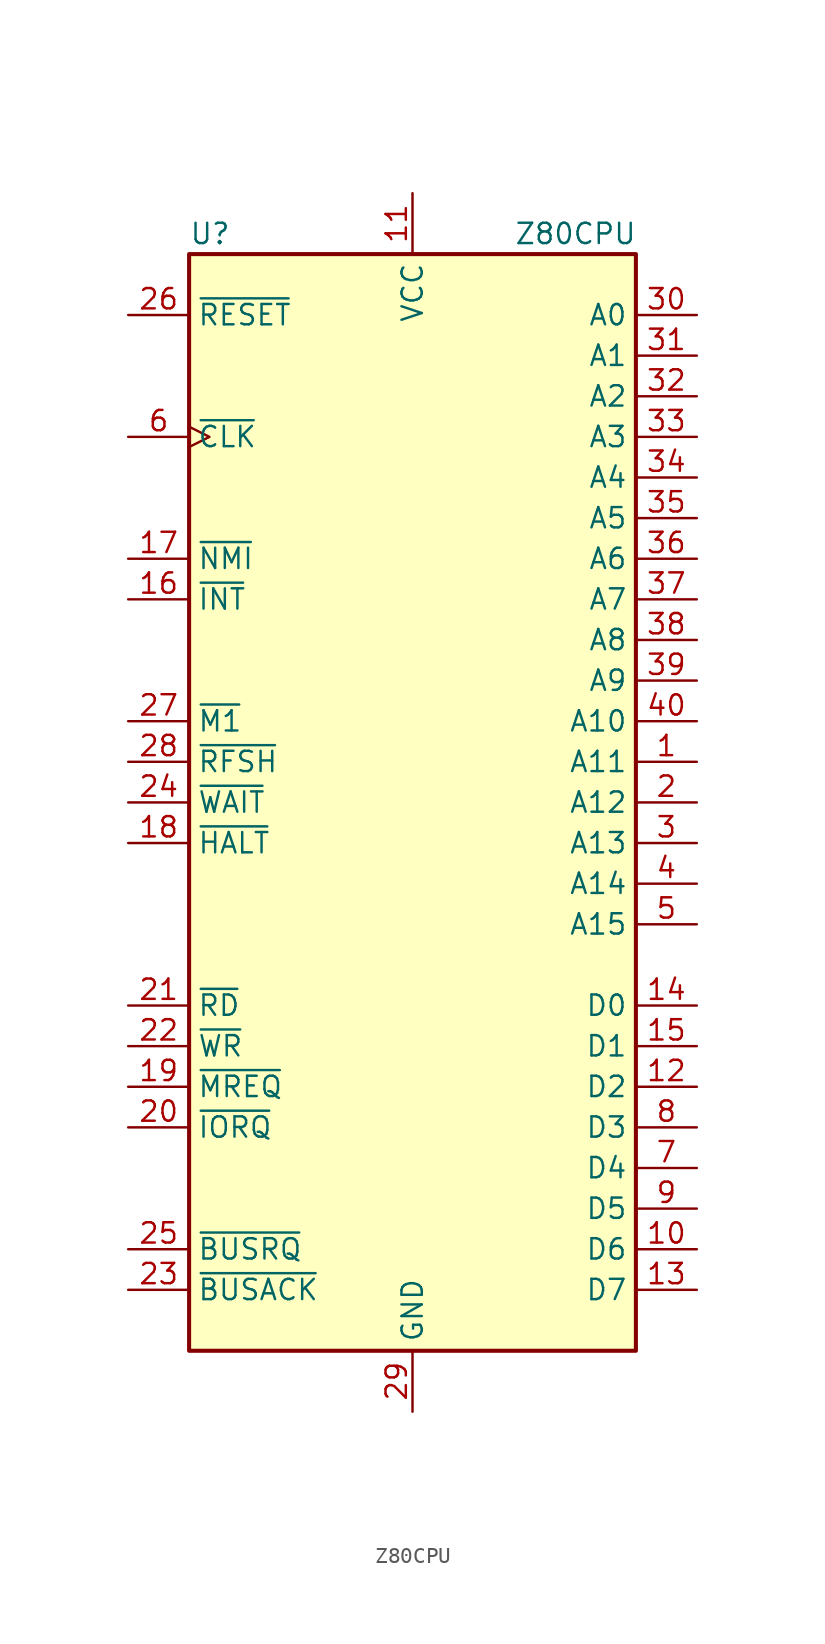
<source format=kicad_sym>
(kicad_symbol_lib
  (version 20220914)
  (generator kicad_symbol_editor)
  (symbol "Z80CPU"
    (pin_names
      (offset 0.5))
    (property "Reference" "U"
      (at -13.97 35.56 0)
      (effects (font (size 1.27 1.27)) (justify left)))
    (property "Value" "Z80CPU"
      (at 6.35 35.56 0)
      (effects (font (size 1.27 1.27)) (justify left)))
    (symbol "Z80CPU_0_1"
      (rectangle (start -13.97 34.29) (end 13.97 -34.29) (stroke (width 0.254) (type default)) (fill (type background))))
    (symbol "Z80CPU_1_1"
      (pin output line (at 17.78 2.54 180) (length 3.81) (name "A11" (effects (font (size 1.27 1.27)))) (number "1" (effects (font (size 1.27 1.27)))))
      (pin bidirectional line (at 17.78 -27.94 180) (length 3.81) (name "D6" (effects (font (size 1.27 1.27)))) (number "10" (effects (font (size 1.27 1.27)))))
      (pin power_in line (at 0 38.1 270) (length 3.81) (name "VCC" (effects (font (size 1.27 1.27)))) (number "11" (effects (font (size 1.27 1.27)))))
      (pin bidirectional line (at 17.78 -17.78 180) (length 3.81) (name "D2" (effects (font (size 1.27 1.27)))) (number "12" (effects (font (size 1.27 1.27)))))
      (pin bidirectional line (at 17.78 -30.48 180) (length 3.81) (name "D7" (effects (font (size 1.27 1.27)))) (number "13" (effects (font (size 1.27 1.27)))))
      (pin bidirectional line (at 17.78 -12.7 180) (length 3.81) (name "D0" (effects (font (size 1.27 1.27)))) (number "14" (effects (font (size 1.27 1.27)))))
      (pin bidirectional line (at 17.78 -15.24 180) (length 3.81) (name "D1" (effects (font (size 1.27 1.27)))) (number "15" (effects (font (size 1.27 1.27)))))
      (pin input line (at -17.78 12.7 0) (length 3.81) (name "~{INT}" (effects (font (size 1.27 1.27)))) (number "16" (effects (font (size 1.27 1.27)))))
      (pin input line (at -17.78 15.24 0) (length 3.81) (name "~{NMI}" (effects (font (size 1.27 1.27)))) (number "17" (effects (font (size 1.27 1.27)))))
      (pin output line (at -17.78 -2.54 0) (length 3.81) (name "~{HALT}" (effects (font (size 1.27 1.27)))) (number "18" (effects (font (size 1.27 1.27)))))
      (pin output line (at -17.78 -17.78 0) (length 3.81) (name "~{MREQ}" (effects (font (size 1.27 1.27)))) (number "19" (effects (font (size 1.27 1.27)))))
      (pin output line (at 17.78 0 180) (length 3.81) (name "A12" (effects (font (size 1.27 1.27)))) (number "2" (effects (font (size 1.27 1.27)))))
      (pin output line (at -17.78 -20.32 0) (length 3.81) (name "~{IORQ}" (effects (font (size 1.27 1.27)))) (number "20" (effects (font (size 1.27 1.27)))))
      (pin output line (at -17.78 -12.7 0) (length 3.81) (name "~{RD}" (effects (font (size 1.27 1.27)))) (number "21" (effects (font (size 1.27 1.27)))))
      (pin output line (at -17.78 -15.24 0) (length 3.81) (name "~{WR}" (effects (font (size 1.27 1.27)))) (number "22" (effects (font (size 1.27 1.27)))))
      (pin output line (at -17.78 -30.48 0) (length 3.81) (name "~{BUSACK}" (effects (font (size 1.27 1.27)))) (number "23" (effects (font (size 1.27 1.27)))))
      (pin input line (at -17.78 0 0) (length 3.81) (name "~{WAIT}" (effects (font (size 1.27 1.27)))) (number "24" (effects (font (size 1.27 1.27)))))
      (pin input line (at -17.78 -27.94 0) (length 3.81) (name "~{BUSRQ}" (effects (font (size 1.27 1.27)))) (number "25" (effects (font (size 1.27 1.27)))))
      (pin input line (at -17.78 30.48 0) (length 3.81) (name "~{RESET}" (effects (font (size 1.27 1.27)))) (number "26" (effects (font (size 1.27 1.27)))))
      (pin output line (at -17.78 5.08 0) (length 3.81) (name "~{M1}" (effects (font (size 1.27 1.27)))) (number "27" (effects (font (size 1.27 1.27)))))
      (pin output line (at -17.78 2.54 0) (length 3.81) (name "~{RFSH}" (effects (font (size 1.27 1.27)))) (number "28" (effects (font (size 1.27 1.27)))))
      (pin power_in line (at 0 -38.1 90) (length 3.81) (name "GND" (effects (font (size 1.27 1.27)))) (number "29" (effects (font (size 1.27 1.27)))))
      (pin output line (at 17.78 -2.54 180) (length 3.81) (name "A13" (effects (font (size 1.27 1.27)))) (number "3" (effects (font (size 1.27 1.27)))))
      (pin output line (at 17.78 30.48 180) (length 3.81) (name "A0" (effects (font (size 1.27 1.27)))) (number "30" (effects (font (size 1.27 1.27)))))
      (pin output line (at 17.78 27.94 180) (length 3.81) (name "A1" (effects (font (size 1.27 1.27)))) (number "31" (effects (font (size 1.27 1.27)))))
      (pin output line (at 17.78 25.4 180) (length 3.81) (name "A2" (effects (font (size 1.27 1.27)))) (number "32" (effects (font (size 1.27 1.27)))))
      (pin output line (at 17.78 22.86 180) (length 3.81) (name "A3" (effects (font (size 1.27 1.27)))) (number "33" (effects (font (size 1.27 1.27)))))
      (pin output line (at 17.78 20.32 180) (length 3.81) (name "A4" (effects (font (size 1.27 1.27)))) (number "34" (effects (font (size 1.27 1.27)))))
      (pin output line (at 17.78 17.78 180) (length 3.81) (name "A5" (effects (font (size 1.27 1.27)))) (number "35" (effects (font (size 1.27 1.27)))))
      (pin output line (at 17.78 15.24 180) (length 3.81) (name "A6" (effects (font (size 1.27 1.27)))) (number "36" (effects (font (size 1.27 1.27)))))
      (pin output line (at 17.78 12.7 180) (length 3.81) (name "A7" (effects (font (size 1.27 1.27)))) (number "37" (effects (font (size 1.27 1.27)))))
      (pin output line (at 17.78 10.16 180) (length 3.81) (name "A8" (effects (font (size 1.27 1.27)))) (number "38" (effects (font (size 1.27 1.27)))))
      (pin output line (at 17.78 7.62 180) (length 3.81) (name "A9" (effects (font (size 1.27 1.27)))) (number "39" (effects (font (size 1.27 1.27)))))
      (pin output line (at 17.78 -5.08 180) (length 3.81) (name "A14" (effects (font (size 1.27 1.27)))) (number "4" (effects (font (size 1.27 1.27)))))
      (pin output line (at 17.78 5.08 180) (length 3.81) (name "A10" (effects (font (size 1.27 1.27)))) (number "40" (effects (font (size 1.27 1.27)))))
      (pin output line (at 17.78 -7.62 180) (length 3.81) (name "A15" (effects (font (size 1.27 1.27)))) (number "5" (effects (font (size 1.27 1.27)))))
      (pin input clock (at -17.78 22.86 0) (length 3.81) (name "~{CLK}" (effects (font (size 1.27 1.27)))) (number "6" (effects (font (size 1.27 1.27)))))
      (pin bidirectional line (at 17.78 -22.86 180) (length 3.81) (name "D4" (effects (font (size 1.27 1.27)))) (number "7" (effects (font (size 1.27 1.27)))))
      (pin bidirectional line (at 17.78 -20.32 180) (length 3.81) (name "D3" (effects (font (size 1.27 1.27)))) (number "8" (effects (font (size 1.27 1.27)))))
      (pin bidirectional line (at 17.78 -25.4 180) (length 3.81) (name "D5" (effects (font (size 1.27 1.27)))) (number "9" (effects (font (size 1.27 1.27))))))))
</source>
